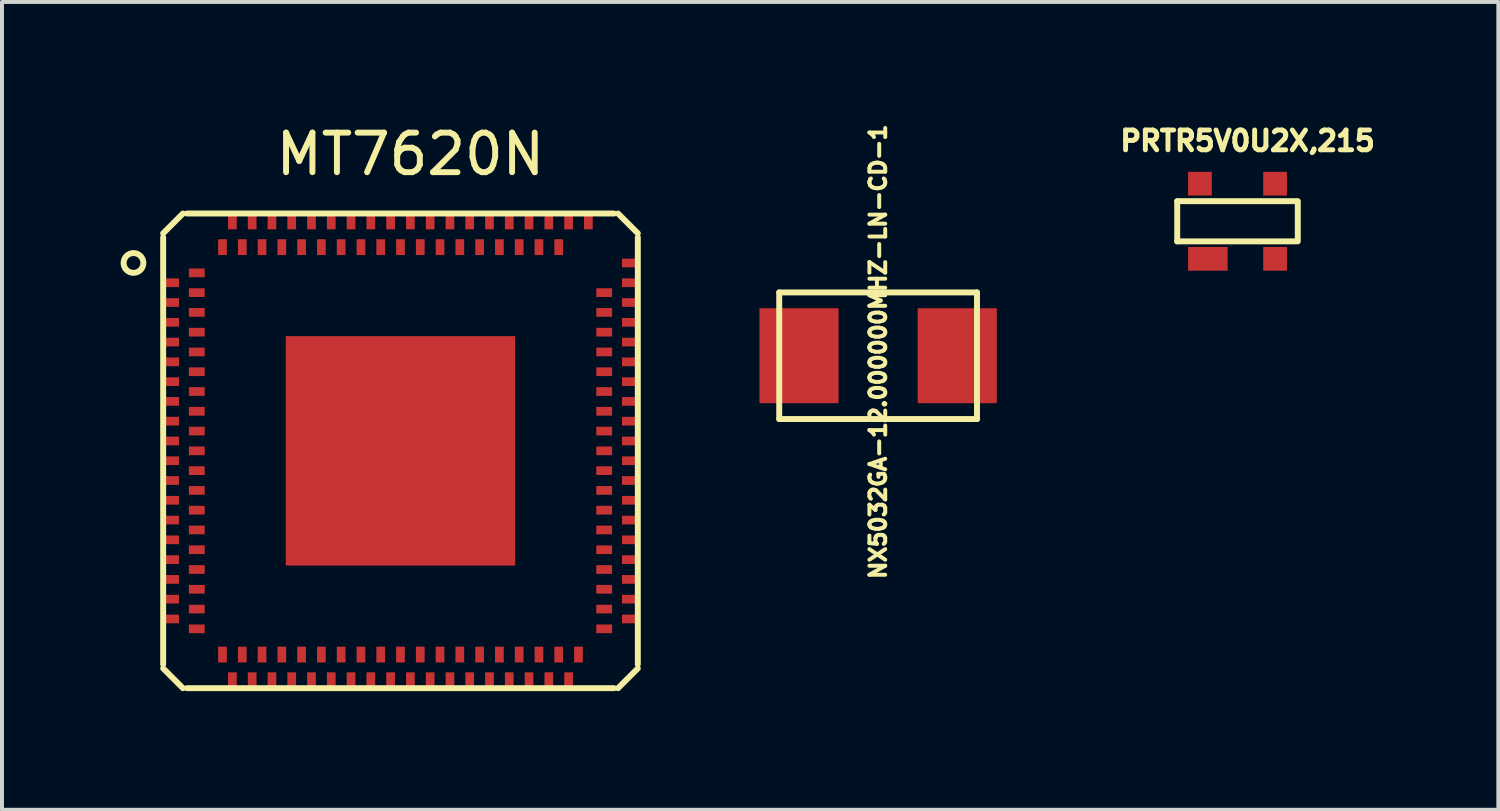
<source format=kicad_pcb>
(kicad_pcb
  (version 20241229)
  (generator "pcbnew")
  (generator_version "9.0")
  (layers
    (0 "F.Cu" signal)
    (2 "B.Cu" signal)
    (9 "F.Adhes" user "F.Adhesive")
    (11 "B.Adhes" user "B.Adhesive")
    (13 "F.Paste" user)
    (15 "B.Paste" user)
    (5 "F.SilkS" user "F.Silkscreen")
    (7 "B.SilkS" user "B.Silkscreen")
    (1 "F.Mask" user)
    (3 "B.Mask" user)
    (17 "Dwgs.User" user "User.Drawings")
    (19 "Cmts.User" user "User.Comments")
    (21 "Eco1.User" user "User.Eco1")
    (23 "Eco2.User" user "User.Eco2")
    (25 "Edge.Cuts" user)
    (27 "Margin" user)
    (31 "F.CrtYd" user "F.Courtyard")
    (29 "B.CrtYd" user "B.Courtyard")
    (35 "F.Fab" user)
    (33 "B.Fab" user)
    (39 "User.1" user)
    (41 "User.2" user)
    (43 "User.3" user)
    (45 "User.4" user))
  (footprint "NX5032GA-12.000000MHZ-LN-CD-1"
    (layer "F.Cu")
    (at 17.15 5.943)
    (property "Reference" "NX5032GA-12.000000MHZ-LN-CD-1" (at 2 -0.1 90) (layer "F.SilkS") (effects (font (size 0.4 0.4) (thickness 0.1))))
    (attr through_hole)
    (fp_line (start -0.5 -1.6) (end -0.5 1.6) (stroke (width 0.15) (type solid)) (layer "F.SilkS"))
    (fp_line (start -0.5 -1.6) (end 4.5 -1.6) (stroke (width 0.15) (type solid)) (layer "F.SilkS"))
    (fp_line (start -0.5 1.6) (end 4.5 1.6) (stroke (width 0.15) (type solid)) (layer "F.SilkS"))
    (fp_line (start 4.5 -1.6) (end 4.5 1.6) (stroke (width 0.15) (type solid)) (layer "F.SilkS"))
    (pad "1" smd rect (at 0 0) (size 2 2.4) (layers "F.Cu" "F.Mask" "F.Paste"))
    (pad "2" smd rect (at 4 0) (size 2 2.4) (layers "F.Cu" "F.Mask" "F.Paste")))
  (footprint "PRTR5V0U2X,215"
    (layer "F.Cu")
    (at 28.236 2.544)
    (property "Reference" "PRTR5V0U2X,215" (at 0.254 -2.032 0) (layer "F.SilkS") (effects (font (size 0.5 0.5) (thickness 0.125))))
    (attr through_hole)
    (fp_line (start -1.524 -0.508) (end -1.524 0.508) (stroke (width 0.15) (type solid)) (layer "F.SilkS"))
    (fp_line (start -1.524 -0.508) (end 1.476 -0.508) (stroke (width 0.15) (type solid)) (layer "F.SilkS"))
    (fp_line (start -1.524 0.508) (end 1.476 0.508) (stroke (width 0.15) (type solid)) (layer "F.SilkS"))
    (fp_line (start 1.524 -0.508) (end 1.524 0.508) (stroke (width 0.15) (type solid)) (layer "F.SilkS"))
    (pad "1" smd rect (at -0.75 0.95) (size 1 0.6) (layers "F.Cu" "F.Mask" "F.Paste"))
    (pad "2" smd rect (at 0.95 0.95) (size 0.6 0.6) (layers "F.Cu" "F.Mask" "F.Paste"))
    (pad "3" smd rect (at 0.95 -0.95) (size 0.6 0.6) (layers "F.Cu" "F.Mask" "F.Paste"))
    (pad "4" smd rect (at -0.95 -0.95) (size 0.6 0.6) (layers "F.Cu" "F.Mask" "F.Paste")))
  (footprint "MT7620N"
    (layer "F.Cu")
    (at 7.075 8.348)
    (property "Reference" "MT7620N" (at 0.25 -7.5 0) (layer "F.SilkS") (effects (font (size 1 1) (thickness 0.15))))
    (attr through_hole)
    (fp_line (start -6 -5.5) (end -5.5 -6) (stroke (width 0.15) (type solid)) (layer "F.SilkS"))
    (fp_line (start -6 -5.4) (end -6 5.4) (stroke (width 0.15) (type solid)) (layer "F.SilkS"))
    (fp_line (start -5.5 6) (end -6 5.5) (stroke (width 0.15) (type solid)) (layer "F.SilkS"))
    (fp_line (start -5.4 -6) (end 5.4 -6) (stroke (width 0.15) (type solid)) (layer "F.SilkS"))
    (fp_line (start -5.4 6) (end 5.4 6) (stroke (width 0.15) (type solid)) (layer "F.SilkS"))
    (fp_line (start 5.5 -6) (end 6 -5.5) (stroke (width 0.15) (type solid)) (layer "F.SilkS"))
    (fp_line (start 6 -5.4) (end 6 5.4) (stroke (width 0.15) (type solid)) (layer "F.SilkS"))
    (fp_line (start 6 5.5) (end 5.5 6) (stroke (width 0.15) (type solid)) (layer "F.SilkS"))
    (fp_circle (center -6.75 -4.75) (end -6.75 -4.5) (stroke (width 0.15) (type solid)) (fill no) (layer "F.SilkS"))
    (pad "1" smd rect (at -5.8 -4.25) (size 0.4 0.22) (layers "F.Cu" "F.Mask" "F.Paste"))
    (pad "2" smd rect (at -5.8 -3.75) (size 0.4 0.22) (layers "F.Cu" "F.Mask" "F.Paste"))
    (pad "3" smd rect (at -5.8 -3.25) (size 0.4 0.22) (layers "F.Cu" "F.Mask" "F.Paste"))
    (pad "4" smd rect (at -5.8 -2.75) (size 0.4 0.22) (layers "F.Cu" "F.Mask" "F.Paste"))
    (pad "5" smd rect (at -5.8 -2.25) (size 0.4 0.22) (layers "F.Cu" "F.Mask" "F.Paste"))
    (pad "6" smd rect (at -5.8 -1.75) (size 0.4 0.22) (layers "F.Cu" "F.Mask" "F.Paste"))
    (pad "7" smd rect (at -5.8 -1.25) (size 0.4 0.22) (layers "F.Cu" "F.Mask" "F.Paste"))
    (pad "8" smd rect (at -5.8 -0.75) (size 0.4 0.22) (layers "F.Cu" "F.Mask" "F.Paste"))
    (pad "9" smd rect (at -5.8 -0.25) (size 0.4 0.22) (layers "F.Cu" "F.Mask" "F.Paste"))
    (pad "10" smd rect (at -5.8 0.25) (size 0.4 0.22) (layers "F.Cu" "F.Mask" "F.Paste"))
    (pad "11" smd rect (at -5.8 0.75) (size 0.4 0.22) (layers "F.Cu" "F.Mask" "F.Paste"))
    (pad "12" smd rect (at -5.8 1.25) (size 0.4 0.22) (layers "F.Cu" "F.Mask" "F.Paste"))
    (pad "13" smd rect (at -5.8 1.75) (size 0.4 0.22) (layers "F.Cu" "F.Mask" "F.Paste"))
    (pad "14" smd rect (at -5.8 2.25) (size 0.4 0.22) (layers "F.Cu" "F.Mask" "F.Paste"))
    (pad "15" smd rect (at -5.8 2.75) (size 0.4 0.22) (layers "F.Cu" "F.Mask" "F.Paste"))
    (pad "16" smd rect (at -5.8 3.25) (size 0.4 0.22) (layers "F.Cu" "F.Mask" "F.Paste"))
    (pad "17" smd rect (at -5.8 3.75) (size 0.4 0.22) (layers "F.Cu" "F.Mask" "F.Paste"))
    (pad "18" smd rect (at -5.8 4.25) (size 0.4 0.22) (layers "F.Cu" "F.Mask" "F.Paste"))
    (pad "19" smd rect (at -4.25 5.8) (size 0.22 0.4) (layers "F.Cu" "F.Mask" "F.Paste"))
    (pad "20" smd rect (at -3.75 5.8) (size 0.22 0.4) (layers "F.Cu" "F.Mask" "F.Paste"))
    (pad "21" smd rect (at -3.25 5.8) (size 0.22 0.4) (layers "F.Cu" "F.Mask" "F.Paste"))
    (pad "22" smd rect (at -2.75 5.8) (size 0.22 0.4) (layers "F.Cu" "F.Mask" "F.Paste"))
    (pad "23" smd rect (at -2.25 5.8) (size 0.22 0.4) (layers "F.Cu" "F.Mask" "F.Paste"))
    (pad "24" smd rect (at -1.75 5.8) (size 0.22 0.4) (layers "F.Cu" "F.Mask" "F.Paste"))
    (pad "25" smd rect (at -1.25 5.8) (size 0.22 0.4) (layers "F.Cu" "F.Mask" "F.Paste"))
    (pad "26" smd rect (at -0.75 5.8) (size 0.22 0.4) (layers "F.Cu" "F.Mask" "F.Paste"))
    (pad "27" smd rect (at -0.25 5.8) (size 0.22 0.4) (layers "F.Cu" "F.Mask" "F.Paste"))
    (pad "28" smd rect (at 0.25 5.8) (size 0.22 0.4) (layers "F.Cu" "F.Mask" "F.Paste"))
    (pad "29" smd rect (at 0.75 5.8) (size 0.22 0.4) (layers "F.Cu" "F.Mask" "F.Paste"))
    (pad "30" smd rect (at 1.25 5.8) (size 0.22 0.4) (layers "F.Cu" "F.Mask" "F.Paste"))
    (pad "31" smd rect (at 1.75 5.8) (size 0.22 0.4) (layers "F.Cu" "F.Mask" "F.Paste"))
    (pad "32" smd rect (at 2.25 5.8) (size 0.22 0.4) (layers "F.Cu" "F.Mask" "F.Paste"))
    (pad "33" smd rect (at 2.75 5.8) (size 0.22 0.4) (layers "F.Cu" "F.Mask" "F.Paste"))
    (pad "34" smd rect (at 3.25 5.8) (size 0.22 0.4) (layers "F.Cu" "F.Mask" "F.Paste"))
    (pad "35" smd rect (at 3.75 5.8) (size 0.22 0.4) (layers "F.Cu" "F.Mask" "F.Paste"))
    (pad "36" smd rect (at 4.25 5.8) (size 0.22 0.4) (layers "F.Cu" "F.Mask" "F.Paste"))
    (pad "37" smd rect (at 5.8 4.25) (size 0.4 0.22) (layers "F.Cu" "F.Mask" "F.Paste"))
    (pad "38" smd rect (at 5.8 3.75) (size 0.4 0.22) (layers "F.Cu" "F.Mask" "F.Paste"))
    (pad "39" smd rect (at 5.8 3.25) (size 0.4 0.22) (layers "F.Cu" "F.Mask" "F.Paste"))
    (pad "40" smd rect (at 5.8 2.75) (size 0.4 0.22) (layers "F.Cu" "F.Mask" "F.Paste"))
    (pad "41" smd rect (at 5.8 2.25) (size 0.4 0.22) (layers "F.Cu" "F.Mask" "F.Paste"))
    (pad "42" smd rect (at 5.8 1.75) (size 0.4 0.22) (layers "F.Cu" "F.Mask" "F.Paste"))
    (pad "43" smd rect (at 5.8 1.25) (size 0.4 0.22) (layers "F.Cu" "F.Mask" "F.Paste"))
    (pad "44" smd rect (at 5.8 0.75) (size 0.4 0.22) (layers "F.Cu" "F.Mask" "F.Paste"))
    (pad "45" smd rect (at 5.8 0.25) (size 0.4 0.22) (layers "F.Cu" "F.Mask" "F.Paste"))
    (pad "46" smd rect (at 5.8 -0.25) (size 0.4 0.22) (layers "F.Cu" "F.Mask" "F.Paste"))
    (pad "47" smd rect (at 5.8 -0.75) (size 0.4 0.22) (layers "F.Cu" "F.Mask" "F.Paste"))
    (pad "48" smd rect (at 5.8 -1.25) (size 0.4 0.22) (layers "F.Cu" "F.Mask" "F.Paste"))
    (pad "49" smd rect (at 5.8 -1.75) (size 0.4 0.22) (layers "F.Cu" "F.Mask" "F.Paste"))
    (pad "50" smd rect (at 5.8 -2.25) (size 0.4 0.22) (layers "F.Cu" "F.Mask" "F.Paste"))
    (pad "51" smd rect (at 5.8 -2.75) (size 0.4 0.22) (layers "F.Cu" "F.Mask" "F.Paste"))
    (pad "52" smd rect (at 5.8 -3.25) (size 0.4 0.22) (layers "F.Cu" "F.Mask" "F.Paste"))
    (pad "53" smd rect (at 5.8 -3.75) (size 0.4 0.22) (layers "F.Cu" "F.Mask" "F.Paste"))
    (pad "54" smd rect (at 5.8 -4.25) (size 0.4 0.22) (layers "F.Cu" "F.Mask" "F.Paste"))
    (pad "55" smd rect (at 5.8 -4.75) (size 0.4 0.22) (layers "F.Cu" "F.Mask" "F.Paste"))
    (pad "56" smd rect (at 4.75 -5.8) (size 0.22 0.4) (layers "F.Cu" "F.Mask" "F.Paste"))
    (pad "57" smd rect (at 4.25 -5.8) (size 0.22 0.4) (layers "F.Cu" "F.Mask" "F.Paste"))
    (pad "58" smd rect (at 3.75 -5.8) (size 0.22 0.4) (layers "F.Cu" "F.Mask" "F.Paste"))
    (pad "59" smd rect (at 3.25 -5.8) (size 0.22 0.4) (layers "F.Cu" "F.Mask" "F.Paste"))
    (pad "60" smd rect (at 2.75 -5.8) (size 0.22 0.4) (layers "F.Cu" "F.Mask" "F.Paste"))
    (pad "61" smd rect (at 2.25 -5.8) (size 0.22 0.4) (layers "F.Cu" "F.Mask" "F.Paste"))
    (pad "62" smd rect (at 1.75 -5.8) (size 0.22 0.4) (layers "F.Cu" "F.Mask" "F.Paste"))
    (pad "63" smd rect (at 1.25 -5.8) (size 0.22 0.4) (layers "F.Cu" "F.Mask" "F.Paste"))
    (pad "64" smd rect (at 0.75 -5.8) (size 0.22 0.4) (layers "F.Cu" "F.Mask" "F.Paste"))
    (pad "65" smd rect (at 0.25 -5.8) (size 0.22 0.4) (layers "F.Cu" "F.Mask" "F.Paste"))
    (pad "66" smd rect (at -0.25 -5.8) (size 0.22 0.4) (layers "F.Cu" "F.Mask" "F.Paste"))
    (pad "67" smd rect (at -0.75 -5.8) (size 0.22 0.4) (layers "F.Cu" "F.Mask" "F.Paste"))
    (pad "68" smd rect (at -1.25 -5.8) (size 0.22 0.4) (layers "F.Cu" "F.Mask" "F.Paste"))
    (pad "69" smd rect (at -1.75 -5.8) (size 0.22 0.4) (layers "F.Cu" "F.Mask" "F.Paste"))
    (pad "70" smd rect (at -2.25 -5.8) (size 0.22 0.4) (layers "F.Cu" "F.Mask" "F.Paste"))
    (pad "71" smd rect (at -2.75 -5.8) (size 0.22 0.4) (layers "F.Cu" "F.Mask" "F.Paste"))
    (pad "72" smd rect (at -3.25 -5.8) (size 0.22 0.4) (layers "F.Cu" "F.Mask" "F.Paste"))
    (pad "73" smd rect (at -3.75 -5.8) (size 0.22 0.4) (layers "F.Cu" "F.Mask" "F.Paste"))
    (pad "74" smd rect (at -4.25 -5.8) (size 0.22 0.4) (layers "F.Cu" "F.Mask" "F.Paste"))
    (pad "75" smd rect (at -5.15 -4.5) (size 0.4 0.22) (layers "F.Cu" "F.Mask" "F.Paste"))
    (pad "76" smd rect (at -5.15 -4) (size 0.4 0.22) (layers "F.Cu" "F.Mask" "F.Paste"))
    (pad "77" smd rect (at -5.15 -3.5) (size 0.4 0.22) (layers "F.Cu" "F.Mask" "F.Paste"))
    (pad "78" smd rect (at -5.15 -3) (size 0.4 0.22) (layers "F.Cu" "F.Mask" "F.Paste"))
    (pad "79" smd rect (at -5.15 -2.5) (size 0.4 0.22) (layers "F.Cu" "F.Mask" "F.Paste"))
    (pad "80" smd rect (at -5.15 -2) (size 0.4 0.22) (layers "F.Cu" "F.Mask" "F.Paste"))
    (pad "81" smd rect (at -5.15 -1.5) (size 0.4 0.22) (layers "F.Cu" "F.Mask" "F.Paste"))
    (pad "82" smd rect (at -5.15 -1) (size 0.4 0.22) (layers "F.Cu" "F.Mask" "F.Paste"))
    (pad "83" smd rect (at -5.15 -0.5) (size 0.4 0.22) (layers "F.Cu" "F.Mask" "F.Paste"))
    (pad "84" smd rect (at -5.15 0) (size 0.4 0.22) (layers "F.Cu" "F.Mask" "F.Paste"))
    (pad "85" smd rect (at -5.15 0.5) (size 0.4 0.22) (layers "F.Cu" "F.Mask" "F.Paste"))
    (pad "86" smd rect (at -5.15 1) (size 0.4 0.22) (layers "F.Cu" "F.Mask" "F.Paste"))
    (pad "87" smd rect (at -5.15 1.5) (size 0.4 0.22) (layers "F.Cu" "F.Mask" "F.Paste"))
    (pad "88" smd rect (at -5.15 2) (size 0.4 0.22) (layers "F.Cu" "F.Mask" "F.Paste"))
    (pad "89" smd rect (at -5.15 2.5) (size 0.4 0.22) (layers "F.Cu" "F.Mask" "F.Paste"))
    (pad "90" smd rect (at -5.15 3) (size 0.4 0.22) (layers "F.Cu" "F.Mask" "F.Paste"))
    (pad "91" smd rect (at -5.15 3.5) (size 0.4 0.22) (layers "F.Cu" "F.Mask" "F.Paste"))
    (pad "92" smd rect (at -5.15 4) (size 0.4 0.22) (layers "F.Cu" "F.Mask" "F.Paste"))
    (pad "93" smd rect (at -5.15 4.5) (size 0.4 0.22) (layers "F.Cu" "F.Mask" "F.Paste"))
    (pad "94" smd rect (at -4.5 5.15) (size 0.22 0.4) (layers "F.Cu" "F.Mask" "F.Paste"))
    (pad "95" smd rect (at -4 5.15) (size 0.22 0.4) (layers "F.Cu" "F.Mask" "F.Paste"))
    (pad "96" smd rect (at -3.5 5.15) (size 0.22 0.4) (layers "F.Cu" "F.Mask" "F.Paste"))
    (pad "97" smd rect (at -3 5.15) (size 0.22 0.4) (layers "F.Cu" "F.Mask" "F.Paste"))
    (pad "98" smd rect (at -2.5 5.15) (size 0.22 0.4) (layers "F.Cu" "F.Mask" "F.Paste"))
    (pad "99" smd rect (at -2 5.15) (size 0.22 0.4) (layers "F.Cu" "F.Mask" "F.Paste"))
    (pad "100" smd rect (at -1.5 5.15) (size 0.22 0.4) (layers "F.Cu" "F.Mask" "F.Paste"))
    (pad "101" smd rect (at -1 5.15) (size 0.22 0.4) (layers "F.Cu" "F.Mask" "F.Paste"))
    (pad "102" smd rect (at -0.5 5.15) (size 0.22 0.4) (layers "F.Cu" "F.Mask" "F.Paste"))
    (pad "103" smd rect (at 0 5.15) (size 0.22 0.4) (layers "F.Cu" "F.Mask" "F.Paste"))
    (pad "104" smd rect (at 0.5 5.15) (size 0.22 0.4) (layers "F.Cu" "F.Mask" "F.Paste"))
    (pad "105" smd rect (at 1 5.15) (size 0.22 0.4) (layers "F.Cu" "F.Mask" "F.Paste"))
    (pad "106" smd rect (at 1.5 5.15) (size 0.22 0.4) (layers "F.Cu" "F.Mask" "F.Paste"))
    (pad "107" smd rect (at 2 5.15) (size 0.22 0.4) (layers "F.Cu" "F.Mask" "F.Paste"))
    (pad "108" smd rect (at 2.5 5.15) (size 0.22 0.4) (layers "F.Cu" "F.Mask" "F.Paste"))
    (pad "109" smd rect (at 3 5.15) (size 0.22 0.4) (layers "F.Cu" "F.Mask" "F.Paste"))
    (pad "110" smd rect (at 3.5 5.15) (size 0.22 0.4) (layers "F.Cu" "F.Mask" "F.Paste"))
    (pad "111" smd rect (at 4 5.15) (size 0.22 0.4) (layers "F.Cu" "F.Mask" "F.Paste"))
    (pad "112" smd rect (at 4.5 5.15) (size 0.22 0.4) (layers "F.Cu" "F.Mask" "F.Paste"))
    (pad "113" smd rect (at 5.15 4.5) (size 0.4 0.22) (layers "F.Cu" "F.Mask" "F.Paste"))
    (pad "114" smd rect (at 5.15 4) (size 0.4 0.22) (layers "F.Cu" "F.Mask" "F.Paste"))
    (pad "115" smd rect (at 5.15 3.5) (size 0.4 0.22) (layers "F.Cu" "F.Mask" "F.Paste"))
    (pad "116" smd rect (at 5.15 3) (size 0.4 0.22) (layers "F.Cu" "F.Mask" "F.Paste"))
    (pad "117" smd rect (at 5.15 2.5) (size 0.4 0.22) (layers "F.Cu" "F.Mask" "F.Paste"))
    (pad "118" smd rect (at 5.15 2) (size 0.4 0.22) (layers "F.Cu" "F.Mask" "F.Paste"))
    (pad "119" smd rect (at 5.15 1.5) (size 0.4 0.22) (layers "F.Cu" "F.Mask" "F.Paste"))
    (pad "120" smd rect (at 5.15 1) (size 0.4 0.22) (layers "F.Cu" "F.Mask" "F.Paste"))
    (pad "121" smd rect (at 5.15 0.5) (size 0.4 0.22) (layers "F.Cu" "F.Mask" "F.Paste"))
    (pad "122" smd rect (at 5.15 0) (size 0.4 0.22) (layers "F.Cu" "F.Mask" "F.Paste"))
    (pad "123" smd rect (at 5.15 -0.5) (size 0.4 0.22) (layers "F.Cu" "F.Mask" "F.Paste"))
    (pad "124" smd rect (at 5.15 -1) (size 0.4 0.22) (layers "F.Cu" "F.Mask" "F.Paste"))
    (pad "125" smd rect (at 5.15 -1.5) (size 0.4 0.22) (layers "F.Cu" "F.Mask" "F.Paste"))
    (pad "126" smd rect (at 5.15 -2) (size 0.4 0.22) (layers "F.Cu" "F.Mask" "F.Paste"))
    (pad "127" smd rect (at 5.15 -2.5) (size 0.4 0.22) (layers "F.Cu" "F.Mask" "F.Paste"))
    (pad "128" smd rect (at 5.15 -3) (size 0.4 0.22) (layers "F.Cu" "F.Mask" "F.Paste"))
    (pad "129" smd rect (at 5.15 -3.5) (size 0.4 0.22) (layers "F.Cu" "F.Mask" "F.Paste"))
    (pad "130" smd rect (at 5.15 -4) (size 0.4 0.22) (layers "F.Cu" "F.Mask" "F.Paste"))
    (pad "131" smd rect (at 4 -5.15) (size 0.22 0.4) (layers "F.Cu" "F.Mask" "F.Paste"))
    (pad "132" smd rect (at 3.5 -5.15) (size 0.22 0.4) (layers "F.Cu" "F.Mask" "F.Paste"))
    (pad "133" smd rect (at 3 -5.15) (size 0.22 0.4) (layers "F.Cu" "F.Mask" "F.Paste"))
    (pad "134" smd rect (at 2.5 -5.15) (size 0.22 0.4) (layers "F.Cu" "F.Mask" "F.Paste"))
    (pad "135" smd rect (at 2 -5.15) (size 0.22 0.4) (layers "F.Cu" "F.Mask" "F.Paste"))
    (pad "136" smd rect (at 1.5 -5.15) (size 0.22 0.4) (layers "F.Cu" "F.Mask" "F.Paste"))
    (pad "137" smd rect (at 1 -5.15) (size 0.22 0.4) (layers "F.Cu" "F.Mask" "F.Paste"))
    (pad "138" smd rect (at 0.5 -5.15) (size 0.22 0.4) (layers "F.Cu" "F.Mask" "F.Paste"))
    (pad "139" smd rect (at 0 -5.15) (size 0.22 0.4) (layers "F.Cu" "F.Mask" "F.Paste"))
    (pad "140" smd rect (at -0.5 -5.15) (size 0.22 0.4) (layers "F.Cu" "F.Mask" "F.Paste"))
    (pad "141" smd rect (at -1 -5.15) (size 0.22 0.4) (layers "F.Cu" "F.Mask" "F.Paste"))
    (pad "142" smd rect (at -1.5 -5.15) (size 0.22 0.4) (layers "F.Cu" "F.Mask" "F.Paste"))
    (pad "143" smd rect (at -2 -5.15) (size 0.22 0.4) (layers "F.Cu" "F.Mask" "F.Paste"))
    (pad "144" smd rect (at -2.5 -5.15) (size 0.22 0.4) (layers "F.Cu" "F.Mask" "F.Paste"))
    (pad "145" smd rect (at -3 -5.15) (size 0.22 0.4) (layers "F.Cu" "F.Mask" "F.Paste"))
    (pad "146" smd rect (at -3.5 -5.15) (size 0.22 0.4) (layers "F.Cu" "F.Mask" "F.Paste"))
    (pad "147" smd rect (at -4 -5.15) (size 0.22 0.4) (layers "F.Cu" "F.Mask" "F.Paste"))
    (pad "148" smd rect (at -4.5 -5.15) (size 0.22 0.4) (layers "F.Cu" "F.Mask" "F.Paste"))
    (pad "149" smd rect (at 0 0) (size 5.8 5.8) (layers "F.Cu" "F.Mask" "F.Paste")))
  (gr_rect
    (start -3 -3)
    (end 34.83 17.423)
    (stroke (width 0.1) (type default))
    (fill no)
    (layer "Edge.Cuts")))
</source>
